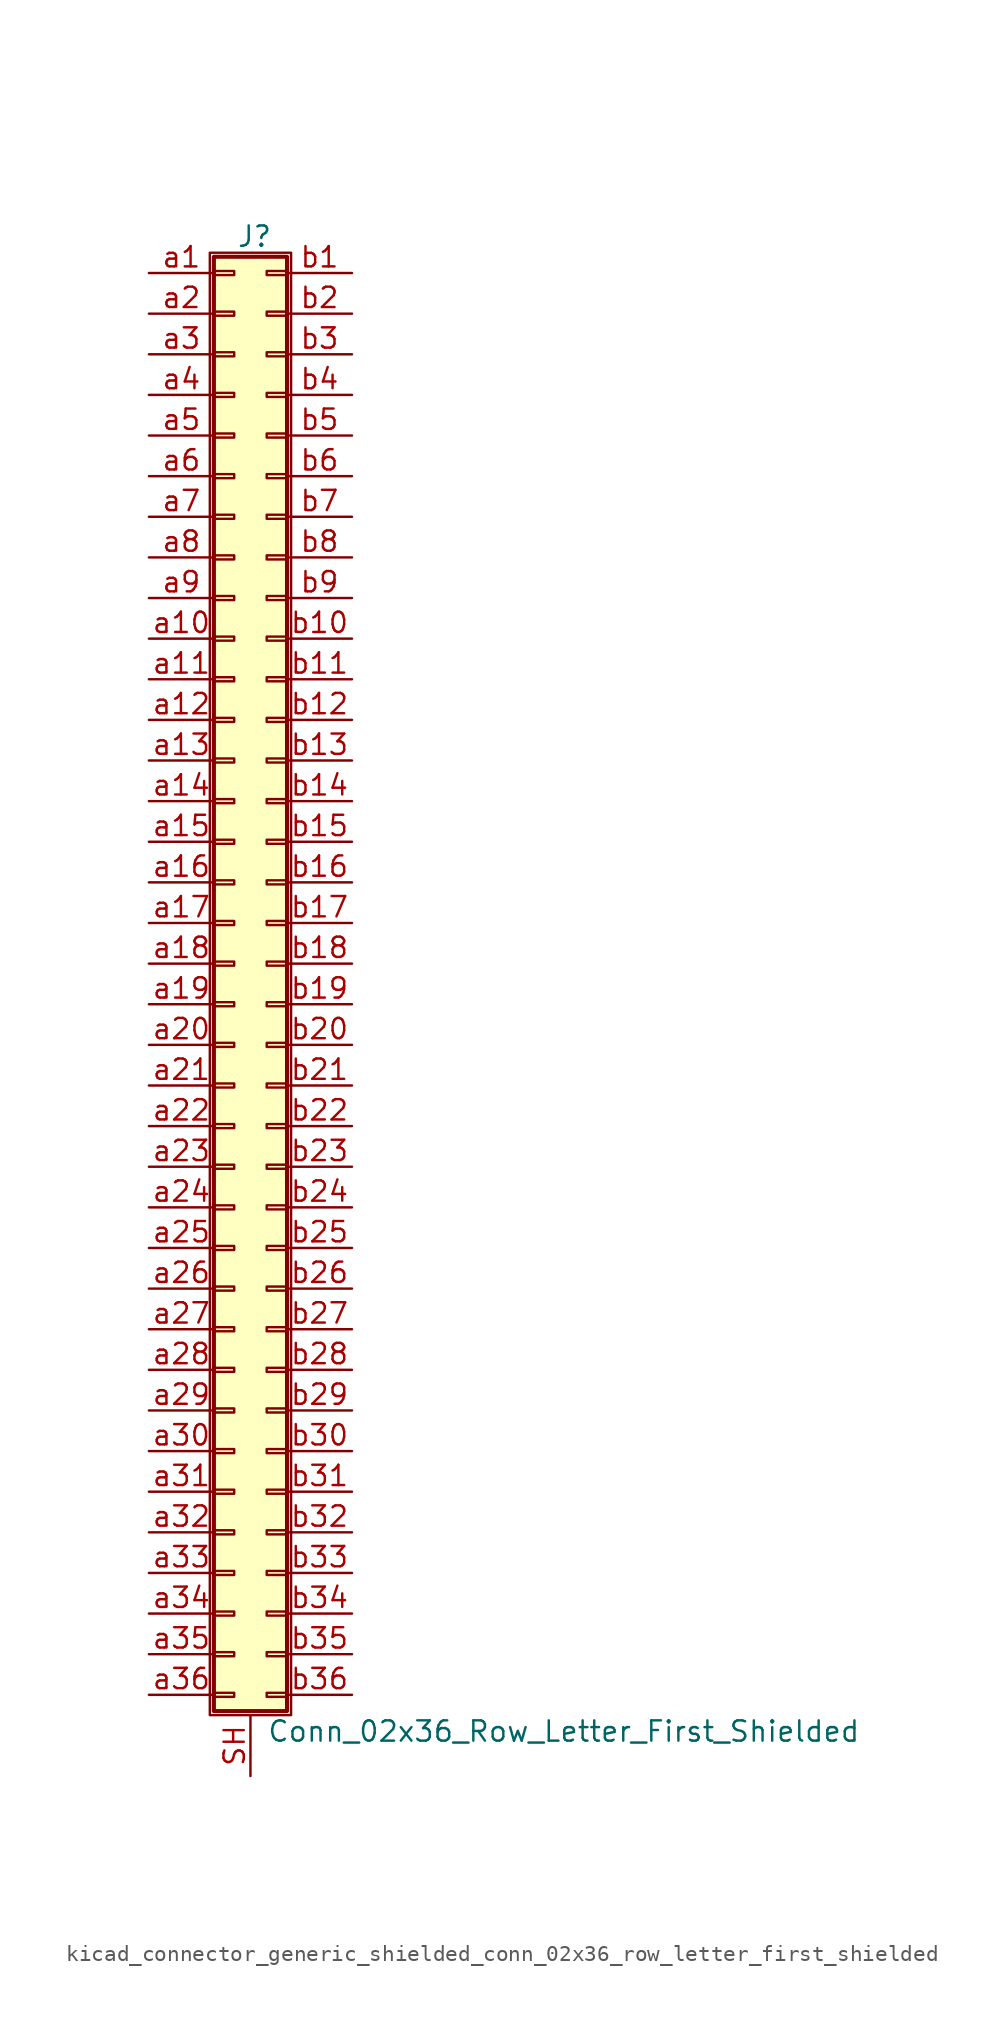
<source format=kicad_sym>
(kicad_symbol_lib
  (version 20220914)
  (generator kicad_symbol_editor)
  (symbol "kicad_connector_generic_shielded_conn_02x36_row_letter_first_shielded"
    (pin_names
      (offset 1.016) hide)
    (property "Reference" "J"
      (at 1.524 45.466 0)
      (effects (font (size 1.27 1.27))))
    (property "Value" "Conn_02x36_Row_Letter_First_Shielded"
      (at 2.286 -48.006 0)
      (effects (font (size 1.27 1.27)) (justify left)))
    (symbol "kicad_connector_generic_shielded_conn_02x36_row_letter_first_shielded_1_1"
      (rectangle (start -1.27 44.45) (end 3.81 -46.99) (stroke (width 0.152) (type default)) (fill (type none)))
      (rectangle (start -1.016 -45.593) (end 0.254 -45.847) (stroke (width 0.152) (type default)) (fill (type none)))
      (rectangle (start -1.016 -43.053) (end 0.254 -43.307) (stroke (width 0.152) (type default)) (fill (type none)))
      (rectangle (start -1.016 -40.513) (end 0.254 -40.767) (stroke (width 0.152) (type default)) (fill (type none)))
      (rectangle (start -1.016 -37.973) (end 0.254 -38.227) (stroke (width 0.152) (type default)) (fill (type none)))
      (rectangle (start -1.016 -35.433) (end 0.254 -35.687) (stroke (width 0.152) (type default)) (fill (type none)))
      (rectangle (start -1.016 -32.893) (end 0.254 -33.147) (stroke (width 0.152) (type default)) (fill (type none)))
      (rectangle (start -1.016 -30.353) (end 0.254 -30.607) (stroke (width 0.152) (type default)) (fill (type none)))
      (rectangle (start -1.016 -27.813) (end 0.254 -28.067) (stroke (width 0.152) (type default)) (fill (type none)))
      (rectangle (start -1.016 -25.273) (end 0.254 -25.527) (stroke (width 0.152) (type default)) (fill (type none)))
      (rectangle (start -1.016 -22.733) (end 0.254 -22.987) (stroke (width 0.152) (type default)) (fill (type none)))
      (rectangle (start -1.016 -20.193) (end 0.254 -20.447) (stroke (width 0.152) (type default)) (fill (type none)))
      (rectangle (start -1.016 -17.653) (end 0.254 -17.907) (stroke (width 0.152) (type default)) (fill (type none)))
      (rectangle (start -1.016 -15.113) (end 0.254 -15.367) (stroke (width 0.152) (type default)) (fill (type none)))
      (rectangle (start -1.016 -12.573) (end 0.254 -12.827) (stroke (width 0.152) (type default)) (fill (type none)))
      (rectangle (start -1.016 -10.033) (end 0.254 -10.287) (stroke (width 0.152) (type default)) (fill (type none)))
      (rectangle (start -1.016 -7.493) (end 0.254 -7.747) (stroke (width 0.152) (type default)) (fill (type none)))
      (rectangle (start -1.016 -4.953) (end 0.254 -5.207) (stroke (width 0.152) (type default)) (fill (type none)))
      (rectangle (start -1.016 -2.413) (end 0.254 -2.667) (stroke (width 0.152) (type default)) (fill (type none)))
      (rectangle (start -1.016 0.127) (end 0.254 -0.127) (stroke (width 0.152) (type default)) (fill (type none)))
      (rectangle (start -1.016 2.667) (end 0.254 2.413) (stroke (width 0.152) (type default)) (fill (type none)))
      (rectangle (start -1.016 5.207) (end 0.254 4.953) (stroke (width 0.152) (type default)) (fill (type none)))
      (rectangle (start -1.016 7.747) (end 0.254 7.493) (stroke (width 0.152) (type default)) (fill (type none)))
      (rectangle (start -1.016 10.287) (end 0.254 10.033) (stroke (width 0.152) (type default)) (fill (type none)))
      (rectangle (start -1.016 12.827) (end 0.254 12.573) (stroke (width 0.152) (type default)) (fill (type none)))
      (rectangle (start -1.016 15.367) (end 0.254 15.113) (stroke (width 0.152) (type default)) (fill (type none)))
      (rectangle (start -1.016 17.907) (end 0.254 17.653) (stroke (width 0.152) (type default)) (fill (type none)))
      (rectangle (start -1.016 20.447) (end 0.254 20.193) (stroke (width 0.152) (type default)) (fill (type none)))
      (rectangle (start -1.016 22.987) (end 0.254 22.733) (stroke (width 0.152) (type default)) (fill (type none)))
      (rectangle (start -1.016 25.527) (end 0.254 25.273) (stroke (width 0.152) (type default)) (fill (type none)))
      (rectangle (start -1.016 28.067) (end 0.254 27.813) (stroke (width 0.152) (type default)) (fill (type none)))
      (rectangle (start -1.016 30.607) (end 0.254 30.353) (stroke (width 0.152) (type default)) (fill (type none)))
      (rectangle (start -1.016 33.147) (end 0.254 32.893) (stroke (width 0.152) (type default)) (fill (type none)))
      (rectangle (start -1.016 35.687) (end 0.254 35.433) (stroke (width 0.152) (type default)) (fill (type none)))
      (rectangle (start -1.016 38.227) (end 0.254 37.973) (stroke (width 0.152) (type default)) (fill (type none)))
      (rectangle (start -1.016 40.767) (end 0.254 40.513) (stroke (width 0.152) (type default)) (fill (type none)))
      (rectangle (start -1.016 43.307) (end 0.254 43.053) (stroke (width 0.152) (type default)) (fill (type none)))
      (rectangle (start -1.016 44.196) (end 3.556 -46.736) (stroke (width 0.254) (type default)) (fill (type background)))
      (rectangle (start 3.556 -45.593) (end 2.286 -45.847) (stroke (width 0.152) (type default)) (fill (type none)))
      (rectangle (start 3.556 -43.053) (end 2.286 -43.307) (stroke (width 0.152) (type default)) (fill (type none)))
      (rectangle (start 3.556 -40.513) (end 2.286 -40.767) (stroke (width 0.152) (type default)) (fill (type none)))
      (rectangle (start 3.556 -37.973) (end 2.286 -38.227) (stroke (width 0.152) (type default)) (fill (type none)))
      (rectangle (start 3.556 -35.433) (end 2.286 -35.687) (stroke (width 0.152) (type default)) (fill (type none)))
      (rectangle (start 3.556 -32.893) (end 2.286 -33.147) (stroke (width 0.152) (type default)) (fill (type none)))
      (rectangle (start 3.556 -30.353) (end 2.286 -30.607) (stroke (width 0.152) (type default)) (fill (type none)))
      (rectangle (start 3.556 -27.813) (end 2.286 -28.067) (stroke (width 0.152) (type default)) (fill (type none)))
      (rectangle (start 3.556 -25.273) (end 2.286 -25.527) (stroke (width 0.152) (type default)) (fill (type none)))
      (rectangle (start 3.556 -22.733) (end 2.286 -22.987) (stroke (width 0.152) (type default)) (fill (type none)))
      (rectangle (start 3.556 -20.193) (end 2.286 -20.447) (stroke (width 0.152) (type default)) (fill (type none)))
      (rectangle (start 3.556 -17.653) (end 2.286 -17.907) (stroke (width 0.152) (type default)) (fill (type none)))
      (rectangle (start 3.556 -15.113) (end 2.286 -15.367) (stroke (width 0.152) (type default)) (fill (type none)))
      (rectangle (start 3.556 -12.573) (end 2.286 -12.827) (stroke (width 0.152) (type default)) (fill (type none)))
      (rectangle (start 3.556 -10.033) (end 2.286 -10.287) (stroke (width 0.152) (type default)) (fill (type none)))
      (rectangle (start 3.556 -7.493) (end 2.286 -7.747) (stroke (width 0.152) (type default)) (fill (type none)))
      (rectangle (start 3.556 -4.953) (end 2.286 -5.207) (stroke (width 0.152) (type default)) (fill (type none)))
      (rectangle (start 3.556 -2.413) (end 2.286 -2.667) (stroke (width 0.152) (type default)) (fill (type none)))
      (rectangle (start 3.556 0.127) (end 2.286 -0.127) (stroke (width 0.152) (type default)) (fill (type none)))
      (rectangle (start 3.556 2.667) (end 2.286 2.413) (stroke (width 0.152) (type default)) (fill (type none)))
      (rectangle (start 3.556 5.207) (end 2.286 4.953) (stroke (width 0.152) (type default)) (fill (type none)))
      (rectangle (start 3.556 7.747) (end 2.286 7.493) (stroke (width 0.152) (type default)) (fill (type none)))
      (rectangle (start 3.556 10.287) (end 2.286 10.033) (stroke (width 0.152) (type default)) (fill (type none)))
      (rectangle (start 3.556 12.827) (end 2.286 12.573) (stroke (width 0.152) (type default)) (fill (type none)))
      (rectangle (start 3.556 15.367) (end 2.286 15.113) (stroke (width 0.152) (type default)) (fill (type none)))
      (rectangle (start 3.556 17.907) (end 2.286 17.653) (stroke (width 0.152) (type default)) (fill (type none)))
      (rectangle (start 3.556 20.447) (end 2.286 20.193) (stroke (width 0.152) (type default)) (fill (type none)))
      (rectangle (start 3.556 22.987) (end 2.286 22.733) (stroke (width 0.152) (type default)) (fill (type none)))
      (rectangle (start 3.556 25.527) (end 2.286 25.273) (stroke (width 0.152) (type default)) (fill (type none)))
      (rectangle (start 3.556 28.067) (end 2.286 27.813) (stroke (width 0.152) (type default)) (fill (type none)))
      (rectangle (start 3.556 30.607) (end 2.286 30.353) (stroke (width 0.152) (type default)) (fill (type none)))
      (rectangle (start 3.556 33.147) (end 2.286 32.893) (stroke (width 0.152) (type default)) (fill (type none)))
      (rectangle (start 3.556 35.687) (end 2.286 35.433) (stroke (width 0.152) (type default)) (fill (type none)))
      (rectangle (start 3.556 38.227) (end 2.286 37.973) (stroke (width 0.152) (type default)) (fill (type none)))
      (rectangle (start 3.556 40.767) (end 2.286 40.513) (stroke (width 0.152) (type default)) (fill (type none)))
      (rectangle (start 3.556 43.307) (end 2.286 43.053) (stroke (width 0.152) (type default)) (fill (type none)))
      (pin passive line (at 1.27 -50.8 90) (length 3.81) (name "Shield" (effects (font (size 1.27 1.27)))) (number "SH" (effects (font (size 1.27 1.27)))))
      (pin passive line (at -5.08 43.18 0) (length 4.064) (name "Pin_a1" (effects (font (size 1.27 1.27)))) (number "a1" (effects (font (size 1.27 1.27)))))
      (pin passive line (at -5.08 20.32 0) (length 4.064) (name "Pin_a10" (effects (font (size 1.27 1.27)))) (number "a10" (effects (font (size 1.27 1.27)))))
      (pin passive line (at -5.08 17.78 0) (length 4.064) (name "Pin_a11" (effects (font (size 1.27 1.27)))) (number "a11" (effects (font (size 1.27 1.27)))))
      (pin passive line (at -5.08 15.24 0) (length 4.064) (name "Pin_a12" (effects (font (size 1.27 1.27)))) (number "a12" (effects (font (size 1.27 1.27)))))
      (pin passive line (at -5.08 12.7 0) (length 4.064) (name "Pin_a13" (effects (font (size 1.27 1.27)))) (number "a13" (effects (font (size 1.27 1.27)))))
      (pin passive line (at -5.08 10.16 0) (length 4.064) (name "Pin_a14" (effects (font (size 1.27 1.27)))) (number "a14" (effects (font (size 1.27 1.27)))))
      (pin passive line (at -5.08 7.62 0) (length 4.064) (name "Pin_a15" (effects (font (size 1.27 1.27)))) (number "a15" (effects (font (size 1.27 1.27)))))
      (pin passive line (at -5.08 5.08 0) (length 4.064) (name "Pin_a16" (effects (font (size 1.27 1.27)))) (number "a16" (effects (font (size 1.27 1.27)))))
      (pin passive line (at -5.08 2.54 0) (length 4.064) (name "Pin_a17" (effects (font (size 1.27 1.27)))) (number "a17" (effects (font (size 1.27 1.27)))))
      (pin passive line (at -5.08 0 0) (length 4.064) (name "Pin_a18" (effects (font (size 1.27 1.27)))) (number "a18" (effects (font (size 1.27 1.27)))))
      (pin passive line (at -5.08 -2.54 0) (length 4.064) (name "Pin_a19" (effects (font (size 1.27 1.27)))) (number "a19" (effects (font (size 1.27 1.27)))))
      (pin passive line (at -5.08 40.64 0) (length 4.064) (name "Pin_a2" (effects (font (size 1.27 1.27)))) (number "a2" (effects (font (size 1.27 1.27)))))
      (pin passive line (at -5.08 -5.08 0) (length 4.064) (name "Pin_a20" (effects (font (size 1.27 1.27)))) (number "a20" (effects (font (size 1.27 1.27)))))
      (pin passive line (at -5.08 -7.62 0) (length 4.064) (name "Pin_a21" (effects (font (size 1.27 1.27)))) (number "a21" (effects (font (size 1.27 1.27)))))
      (pin passive line (at -5.08 -10.16 0) (length 4.064) (name "Pin_a22" (effects (font (size 1.27 1.27)))) (number "a22" (effects (font (size 1.27 1.27)))))
      (pin passive line (at -5.08 -12.7 0) (length 4.064) (name "Pin_a23" (effects (font (size 1.27 1.27)))) (number "a23" (effects (font (size 1.27 1.27)))))
      (pin passive line (at -5.08 -15.24 0) (length 4.064) (name "Pin_a24" (effects (font (size 1.27 1.27)))) (number "a24" (effects (font (size 1.27 1.27)))))
      (pin passive line (at -5.08 -17.78 0) (length 4.064) (name "Pin_a25" (effects (font (size 1.27 1.27)))) (number "a25" (effects (font (size 1.27 1.27)))))
      (pin passive line (at -5.08 -20.32 0) (length 4.064) (name "Pin_a26" (effects (font (size 1.27 1.27)))) (number "a26" (effects (font (size 1.27 1.27)))))
      (pin passive line (at -5.08 -22.86 0) (length 4.064) (name "Pin_a27" (effects (font (size 1.27 1.27)))) (number "a27" (effects (font (size 1.27 1.27)))))
      (pin passive line (at -5.08 -25.4 0) (length 4.064) (name "Pin_a28" (effects (font (size 1.27 1.27)))) (number "a28" (effects (font (size 1.27 1.27)))))
      (pin passive line (at -5.08 -27.94 0) (length 4.064) (name "Pin_a29" (effects (font (size 1.27 1.27)))) (number "a29" (effects (font (size 1.27 1.27)))))
      (pin passive line (at -5.08 38.1 0) (length 4.064) (name "Pin_a3" (effects (font (size 1.27 1.27)))) (number "a3" (effects (font (size 1.27 1.27)))))
      (pin passive line (at -5.08 -30.48 0) (length 4.064) (name "Pin_a30" (effects (font (size 1.27 1.27)))) (number "a30" (effects (font (size 1.27 1.27)))))
      (pin passive line (at -5.08 -33.02 0) (length 4.064) (name "Pin_a31" (effects (font (size 1.27 1.27)))) (number "a31" (effects (font (size 1.27 1.27)))))
      (pin passive line (at -5.08 -35.56 0) (length 4.064) (name "Pin_a32" (effects (font (size 1.27 1.27)))) (number "a32" (effects (font (size 1.27 1.27)))))
      (pin passive line (at -5.08 -38.1 0) (length 4.064) (name "Pin_a33" (effects (font (size 1.27 1.27)))) (number "a33" (effects (font (size 1.27 1.27)))))
      (pin passive line (at -5.08 -40.64 0) (length 4.064) (name "Pin_a34" (effects (font (size 1.27 1.27)))) (number "a34" (effects (font (size 1.27 1.27)))))
      (pin passive line (at -5.08 -43.18 0) (length 4.064) (name "Pin_a35" (effects (font (size 1.27 1.27)))) (number "a35" (effects (font (size 1.27 1.27)))))
      (pin passive line (at -5.08 -45.72 0) (length 4.064) (name "Pin_a36" (effects (font (size 1.27 1.27)))) (number "a36" (effects (font (size 1.27 1.27)))))
      (pin passive line (at -5.08 35.56 0) (length 4.064) (name "Pin_a4" (effects (font (size 1.27 1.27)))) (number "a4" (effects (font (size 1.27 1.27)))))
      (pin passive line (at -5.08 33.02 0) (length 4.064) (name "Pin_a5" (effects (font (size 1.27 1.27)))) (number "a5" (effects (font (size 1.27 1.27)))))
      (pin passive line (at -5.08 30.48 0) (length 4.064) (name "Pin_a6" (effects (font (size 1.27 1.27)))) (number "a6" (effects (font (size 1.27 1.27)))))
      (pin passive line (at -5.08 27.94 0) (length 4.064) (name "Pin_a7" (effects (font (size 1.27 1.27)))) (number "a7" (effects (font (size 1.27 1.27)))))
      (pin passive line (at -5.08 25.4 0) (length 4.064) (name "Pin_a8" (effects (font (size 1.27 1.27)))) (number "a8" (effects (font (size 1.27 1.27)))))
      (pin passive line (at -5.08 22.86 0) (length 4.064) (name "Pin_a9" (effects (font (size 1.27 1.27)))) (number "a9" (effects (font (size 1.27 1.27)))))
      (pin passive line (at 7.62 43.18 180) (length 4.064) (name "Pin_b1" (effects (font (size 1.27 1.27)))) (number "b1" (effects (font (size 1.27 1.27)))))
      (pin passive line (at 7.62 20.32 180) (length 4.064) (name "Pin_b10" (effects (font (size 1.27 1.27)))) (number "b10" (effects (font (size 1.27 1.27)))))
      (pin passive line (at 7.62 17.78 180) (length 4.064) (name "Pin_b11" (effects (font (size 1.27 1.27)))) (number "b11" (effects (font (size 1.27 1.27)))))
      (pin passive line (at 7.62 15.24 180) (length 4.064) (name "Pin_b12" (effects (font (size 1.27 1.27)))) (number "b12" (effects (font (size 1.27 1.27)))))
      (pin passive line (at 7.62 12.7 180) (length 4.064) (name "Pin_b13" (effects (font (size 1.27 1.27)))) (number "b13" (effects (font (size 1.27 1.27)))))
      (pin passive line (at 7.62 10.16 180) (length 4.064) (name "Pin_b14" (effects (font (size 1.27 1.27)))) (number "b14" (effects (font (size 1.27 1.27)))))
      (pin passive line (at 7.62 7.62 180) (length 4.064) (name "Pin_b15" (effects (font (size 1.27 1.27)))) (number "b15" (effects (font (size 1.27 1.27)))))
      (pin passive line (at 7.62 5.08 180) (length 4.064) (name "Pin_b16" (effects (font (size 1.27 1.27)))) (number "b16" (effects (font (size 1.27 1.27)))))
      (pin passive line (at 7.62 2.54 180) (length 4.064) (name "Pin_b17" (effects (font (size 1.27 1.27)))) (number "b17" (effects (font (size 1.27 1.27)))))
      (pin passive line (at 7.62 0 180) (length 4.064) (name "Pin_b18" (effects (font (size 1.27 1.27)))) (number "b18" (effects (font (size 1.27 1.27)))))
      (pin passive line (at 7.62 -2.54 180) (length 4.064) (name "Pin_b19" (effects (font (size 1.27 1.27)))) (number "b19" (effects (font (size 1.27 1.27)))))
      (pin passive line (at 7.62 40.64 180) (length 4.064) (name "Pin_b2" (effects (font (size 1.27 1.27)))) (number "b2" (effects (font (size 1.27 1.27)))))
      (pin passive line (at 7.62 -5.08 180) (length 4.064) (name "Pin_b20" (effects (font (size 1.27 1.27)))) (number "b20" (effects (font (size 1.27 1.27)))))
      (pin passive line (at 7.62 -7.62 180) (length 4.064) (name "Pin_b21" (effects (font (size 1.27 1.27)))) (number "b21" (effects (font (size 1.27 1.27)))))
      (pin passive line (at 7.62 -10.16 180) (length 4.064) (name "Pin_b22" (effects (font (size 1.27 1.27)))) (number "b22" (effects (font (size 1.27 1.27)))))
      (pin passive line (at 7.62 -12.7 180) (length 4.064) (name "Pin_b23" (effects (font (size 1.27 1.27)))) (number "b23" (effects (font (size 1.27 1.27)))))
      (pin passive line (at 7.62 -15.24 180) (length 4.064) (name "Pin_b24" (effects (font (size 1.27 1.27)))) (number "b24" (effects (font (size 1.27 1.27)))))
      (pin passive line (at 7.62 -17.78 180) (length 4.064) (name "Pin_b25" (effects (font (size 1.27 1.27)))) (number "b25" (effects (font (size 1.27 1.27)))))
      (pin passive line (at 7.62 -20.32 180) (length 4.064) (name "Pin_b26" (effects (font (size 1.27 1.27)))) (number "b26" (effects (font (size 1.27 1.27)))))
      (pin passive line (at 7.62 -22.86 180) (length 4.064) (name "Pin_b27" (effects (font (size 1.27 1.27)))) (number "b27" (effects (font (size 1.27 1.27)))))
      (pin passive line (at 7.62 -25.4 180) (length 4.064) (name "Pin_b28" (effects (font (size 1.27 1.27)))) (number "b28" (effects (font (size 1.27 1.27)))))
      (pin passive line (at 7.62 -27.94 180) (length 4.064) (name "Pin_b29" (effects (font (size 1.27 1.27)))) (number "b29" (effects (font (size 1.27 1.27)))))
      (pin passive line (at 7.62 38.1 180) (length 4.064) (name "Pin_b3" (effects (font (size 1.27 1.27)))) (number "b3" (effects (font (size 1.27 1.27)))))
      (pin passive line (at 7.62 -30.48 180) (length 4.064) (name "Pin_b30" (effects (font (size 1.27 1.27)))) (number "b30" (effects (font (size 1.27 1.27)))))
      (pin passive line (at 7.62 -33.02 180) (length 4.064) (name "Pin_b31" (effects (font (size 1.27 1.27)))) (number "b31" (effects (font (size 1.27 1.27)))))
      (pin passive line (at 7.62 -35.56 180) (length 4.064) (name "Pin_b32" (effects (font (size 1.27 1.27)))) (number "b32" (effects (font (size 1.27 1.27)))))
      (pin passive line (at 7.62 -38.1 180) (length 4.064) (name "Pin_b33" (effects (font (size 1.27 1.27)))) (number "b33" (effects (font (size 1.27 1.27)))))
      (pin passive line (at 7.62 -40.64 180) (length 4.064) (name "Pin_b34" (effects (font (size 1.27 1.27)))) (number "b34" (effects (font (size 1.27 1.27)))))
      (pin passive line (at 7.62 -43.18 180) (length 4.064) (name "Pin_b35" (effects (font (size 1.27 1.27)))) (number "b35" (effects (font (size 1.27 1.27)))))
      (pin passive line (at 7.62 -45.72 180) (length 4.064) (name "Pin_b36" (effects (font (size 1.27 1.27)))) (number "b36" (effects (font (size 1.27 1.27)))))
      (pin passive line (at 7.62 35.56 180) (length 4.064) (name "Pin_b4" (effects (font (size 1.27 1.27)))) (number "b4" (effects (font (size 1.27 1.27)))))
      (pin passive line (at 7.62 33.02 180) (length 4.064) (name "Pin_b5" (effects (font (size 1.27 1.27)))) (number "b5" (effects (font (size 1.27 1.27)))))
      (pin passive line (at 7.62 30.48 180) (length 4.064) (name "Pin_b6" (effects (font (size 1.27 1.27)))) (number "b6" (effects (font (size 1.27 1.27)))))
      (pin passive line (at 7.62 27.94 180) (length 4.064) (name "Pin_b7" (effects (font (size 1.27 1.27)))) (number "b7" (effects (font (size 1.27 1.27)))))
      (pin passive line (at 7.62 25.4 180) (length 4.064) (name "Pin_b8" (effects (font (size 1.27 1.27)))) (number "b8" (effects (font (size 1.27 1.27)))))
      (pin passive line (at 7.62 22.86 180) (length 4.064) (name "Pin_b9" (effects (font (size 1.27 1.27)))) (number "b9" (effects (font (size 1.27 1.27))))))))
</source>
